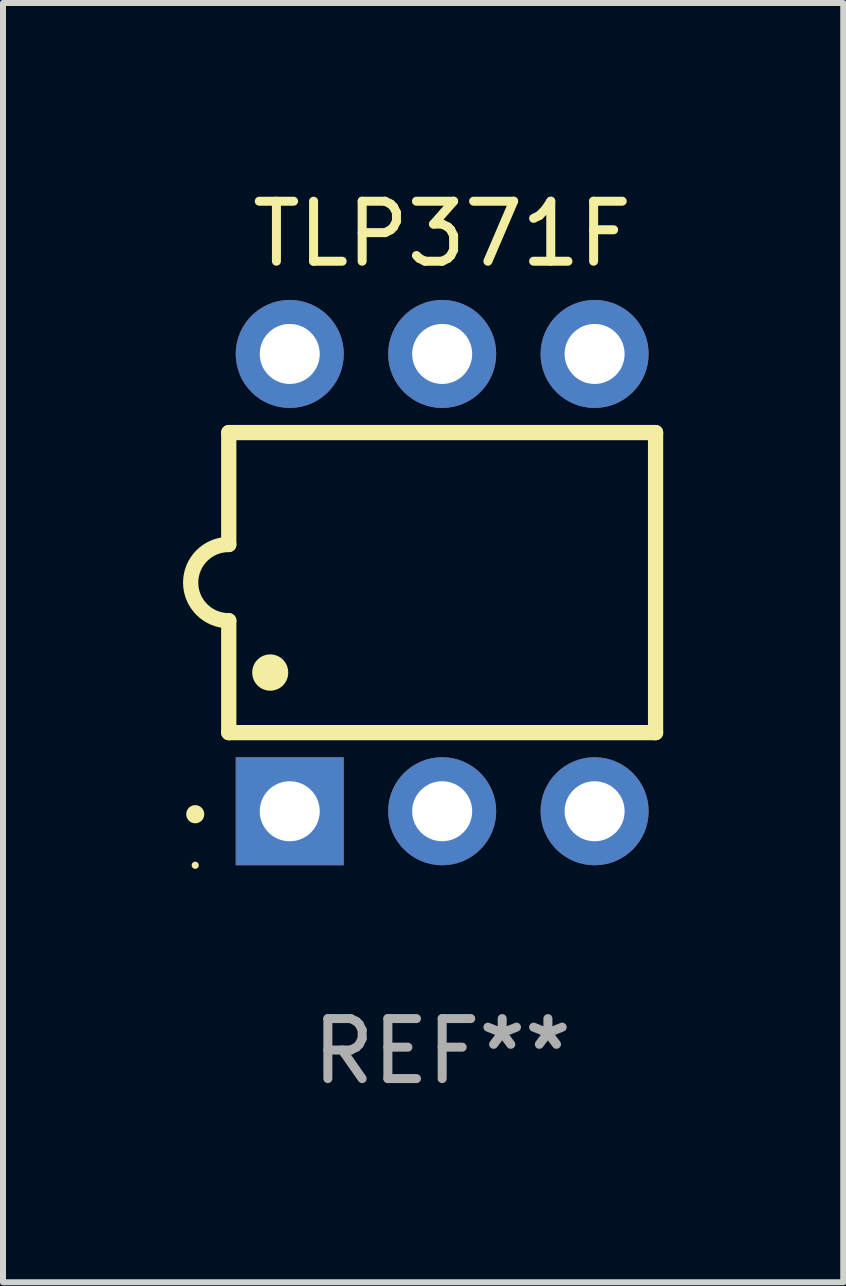
<source format=kicad_pcb>
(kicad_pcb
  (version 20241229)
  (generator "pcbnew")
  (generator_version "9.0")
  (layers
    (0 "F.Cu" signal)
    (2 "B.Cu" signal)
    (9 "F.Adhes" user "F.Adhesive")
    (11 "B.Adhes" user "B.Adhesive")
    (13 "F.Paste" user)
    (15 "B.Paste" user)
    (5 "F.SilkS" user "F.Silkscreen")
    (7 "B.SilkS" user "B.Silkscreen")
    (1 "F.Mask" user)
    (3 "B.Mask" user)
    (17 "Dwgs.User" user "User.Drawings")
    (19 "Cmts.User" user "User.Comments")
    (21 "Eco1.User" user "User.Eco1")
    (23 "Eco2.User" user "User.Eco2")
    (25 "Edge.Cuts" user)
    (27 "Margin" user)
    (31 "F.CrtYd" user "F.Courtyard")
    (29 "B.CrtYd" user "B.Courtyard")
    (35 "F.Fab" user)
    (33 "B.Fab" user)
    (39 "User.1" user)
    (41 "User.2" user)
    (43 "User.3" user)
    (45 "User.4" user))
  (footprint "TLP371F"
    (layer "F.Cu")
    (at 4.318 6.658)
    (property "Reference" "TLP371F" (at 0 -5.81 0) (layer "F.SilkS") (effects (font (size 1 1) (thickness 0.15))))
    (attr through_hole)
    (fp_line (start -3.556 -2.5) (end 3.556 -2.5) (stroke (width 0.254) (type solid)) (layer "F.SilkS"))
    (fp_line (start -3.556 -0.635) (end -3.556 -2.5) (stroke (width 0.254) (type solid)) (layer "F.SilkS"))
    (fp_line (start -3.556 0.635) (end -3.556 2.5) (stroke (width 0.254) (type solid)) (layer "F.SilkS"))
    (fp_line (start -3.556 2.5) (end 3.556 2.5) (stroke (width 0.254) (type solid)) (layer "F.SilkS"))
    (fp_line (start 3.556 -2.5) (end 3.556 2.5) (stroke (width 0.254) (type solid)) (layer "F.SilkS"))
    (fp_arc (start -4.114808 3.860808) (mid -4.114813 3.859538) (end -4.114808 3.858268) (stroke (width 0.3) (type solid)) (layer "F.SilkS"))
    (fp_arc (start -3.556007 0.635001) (mid -4.191008 0) (end -3.556007 -0.635001) (stroke (width 0.254001) (type solid)) (layer "F.SilkS"))
    (fp_arc (start -2.865405 1.501143) (mid -2.865416 1.498603) (end -2.865405 1.496063) (stroke (width 0.6) (type solid)) (layer "F.SilkS"))
    (fp_circle (center -4.115 4.71) (end -4.085 4.71) (stroke (width 0.06) (type solid)) (fill no) (layer "F.SilkS"))
    (fp_text user "REF**" (at 0 7.81 0) (layer "F.Fab") (effects (font (size 1 1) (thickness 0.15))))
    (pad "1" thru_hole rect (at -2.54 3.81 90) (size 1.8 1.8) (drill 1) (layers "*.Cu" "*.Mask"))
    (pad "2" thru_hole circle (at 0 3.81) (size 1.8 1.8) (drill 1) (layers "*.Cu" "*.Mask"))
    (pad "3" thru_hole circle (at 2.54 3.81) (size 1.8 1.8) (drill 1) (layers "*.Cu" "*.Mask"))
    (pad "4" thru_hole circle (at 2.54 -3.81) (size 1.8 1.8) (drill 1) (layers "*.Cu" "*.Mask"))
    (pad "5" thru_hole circle (at 0 -3.81) (size 1.8 1.8) (drill 1) (layers "*.Cu" "*.Mask"))
    (pad "6" thru_hole circle (at -2.54 -3.81) (size 1.8 1.8) (drill 1) (layers "*.Cu" "*.Mask")))
  (gr_rect
    (start -3 -3)
    (end 11.001 18.317)
    (stroke (width 0.1) (type default))
    (fill no)
    (layer "Edge.Cuts")))
</source>
